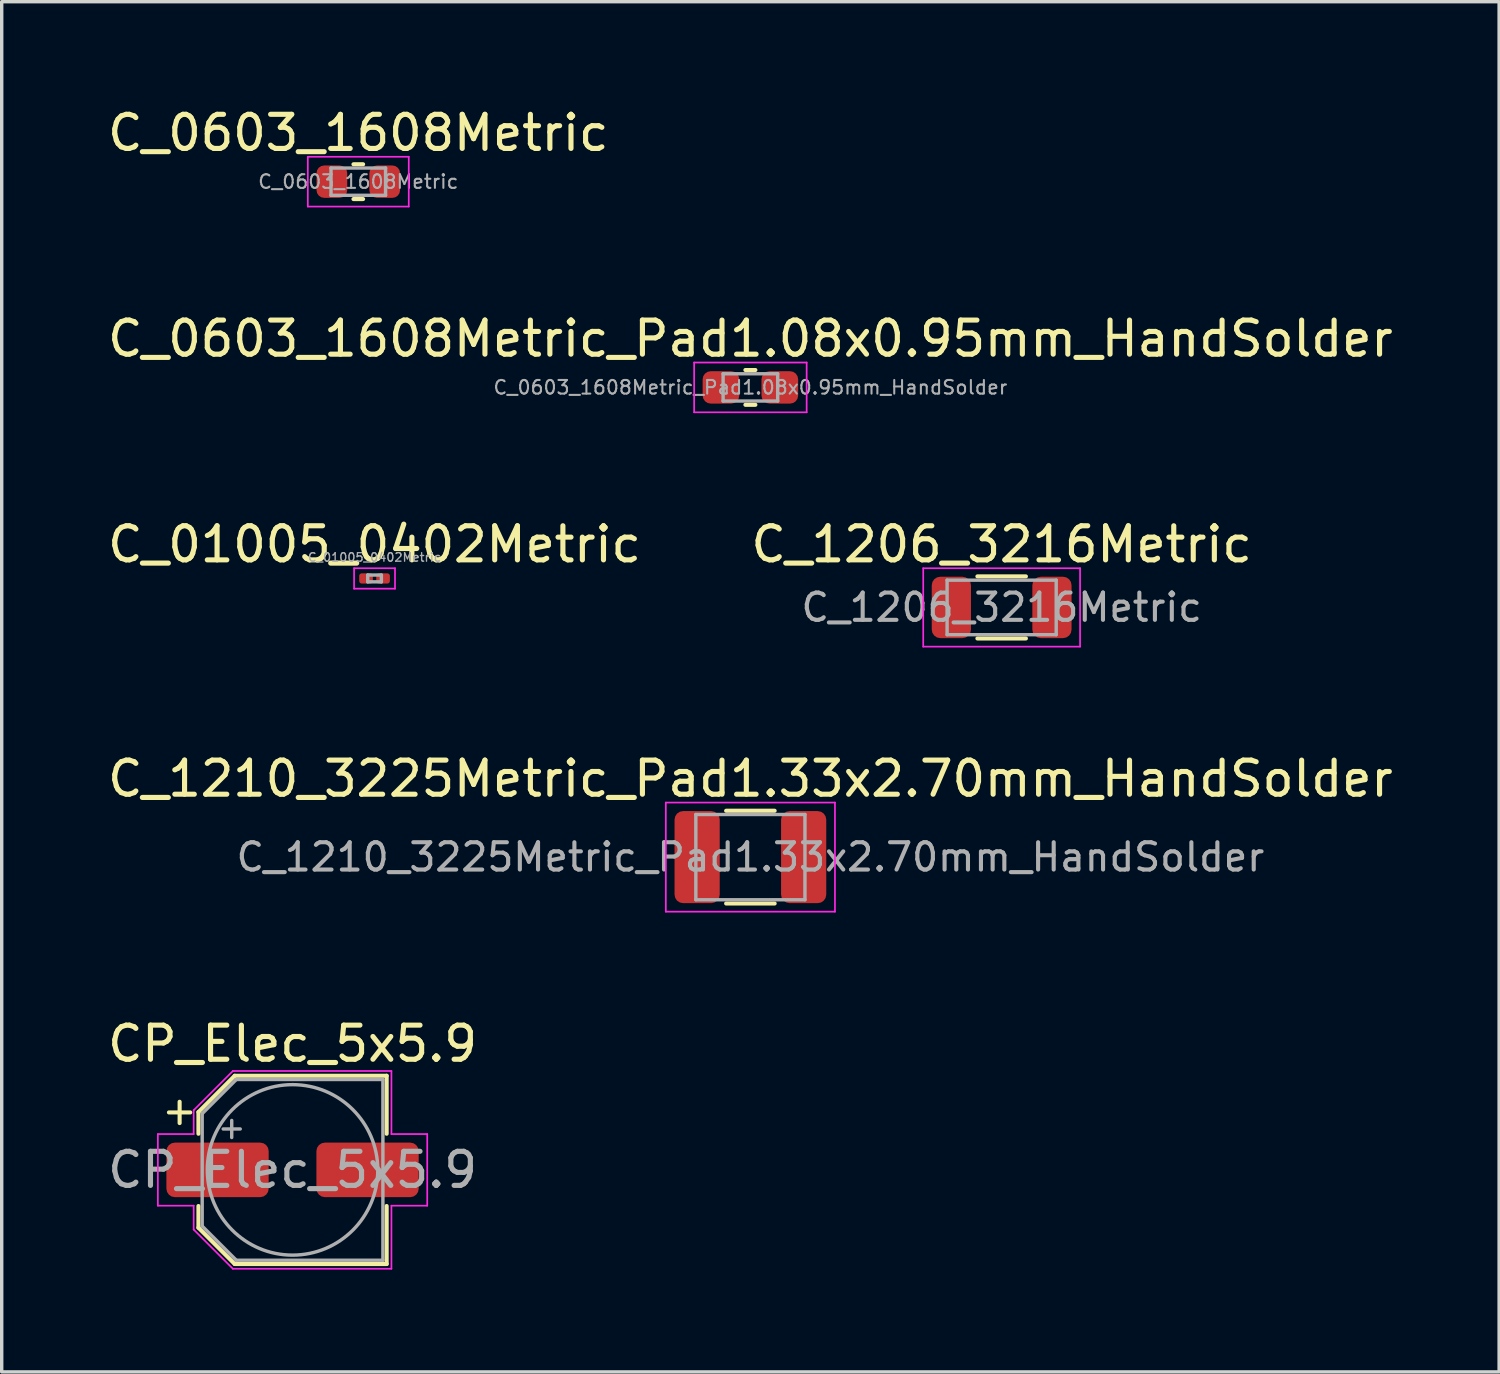
<source format=kicad_pcb>
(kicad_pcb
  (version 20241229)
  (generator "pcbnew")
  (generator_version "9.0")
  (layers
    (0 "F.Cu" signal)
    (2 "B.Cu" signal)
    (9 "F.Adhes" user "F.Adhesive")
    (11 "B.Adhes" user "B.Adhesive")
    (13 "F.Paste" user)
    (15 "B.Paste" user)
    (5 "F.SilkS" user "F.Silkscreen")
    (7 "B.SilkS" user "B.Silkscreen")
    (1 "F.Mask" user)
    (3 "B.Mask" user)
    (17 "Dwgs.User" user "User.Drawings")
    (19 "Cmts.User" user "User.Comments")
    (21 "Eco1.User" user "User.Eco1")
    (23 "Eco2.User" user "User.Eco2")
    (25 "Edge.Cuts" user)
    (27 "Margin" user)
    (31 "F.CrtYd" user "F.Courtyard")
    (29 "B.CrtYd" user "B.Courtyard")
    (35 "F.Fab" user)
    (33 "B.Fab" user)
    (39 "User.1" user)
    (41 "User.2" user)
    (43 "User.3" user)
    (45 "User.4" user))
  (footprint "C_1206_3216Metric"
    (layer "F.Cu")
    (at 26.327 14.765)
    (property "Reference" "C_1206_3216Metric" (at 0 -1.85 0) (layer "F.SilkS") (effects (font (size 1 1) (thickness 0.15))))
    (attr smd)
    (fp_line (start -0.711 -0.91) (end 0.711 -0.91) (stroke (width 0.12) (type solid)) (layer "F.SilkS"))
    (fp_line (start -0.711 0.91) (end 0.711 0.91) (stroke (width 0.12) (type solid)) (layer "F.SilkS"))
    (fp_line (start -2.3 -1.15) (end 2.3 -1.15) (stroke (width 0.05) (type solid)) (layer "F.CrtYd"))
    (fp_line (start -2.3 1.15) (end -2.3 -1.15) (stroke (width 0.05) (type solid)) (layer "F.CrtYd"))
    (fp_line (start 2.3 -1.15) (end 2.3 1.15) (stroke (width 0.05) (type solid)) (layer "F.CrtYd"))
    (fp_line (start 2.3 1.15) (end -2.3 1.15) (stroke (width 0.05) (type solid)) (layer "F.CrtYd"))
    (fp_line (start -1.6 -0.8) (end 1.6 -0.8) (stroke (width 0.1) (type solid)) (layer "F.Fab"))
    (fp_line (start -1.6 0.8) (end -1.6 -0.8) (stroke (width 0.1) (type solid)) (layer "F.Fab"))
    (fp_line (start 1.6 -0.8) (end 1.6 0.8) (stroke (width 0.1) (type solid)) (layer "F.Fab"))
    (fp_line (start 1.6 0.8) (end -1.6 0.8) (stroke (width 0.1) (type solid)) (layer "F.Fab"))
    (fp_text user "${REFERENCE}" (at 0 0 0) (layer "F.Fab") (effects (font (size 0.8 0.8) (thickness 0.12))))
    (pad "1" smd roundrect (at -1.475 0) (size 1.15 1.8) (layers "F.Cu" "F.Mask" "F.Paste") (roundrect_rratio 0.217))
    (pad "2" smd roundrect (at 1.475 0) (size 1.15 1.8) (layers "F.Cu" "F.Mask" "F.Paste") (roundrect_rratio 0.217)))
  (footprint "C_01005_0402Metric"
    (layer "F.Cu")
    (at 7.935 13.915)
    (property "Reference" "C_01005_0402Metric" (at 0 -1 0) (layer "F.SilkS") (effects (font (size 1 1) (thickness 0.15))))
    (attr smd)
    (fp_line (start -0.6 -0.3) (end 0.6 -0.3) (stroke (width 0.05) (type solid)) (layer "F.CrtYd"))
    (fp_line (start -0.6 0.3) (end -0.6 -0.3) (stroke (width 0.05) (type solid)) (layer "F.CrtYd"))
    (fp_line (start 0.6 -0.3) (end 0.6 0.3) (stroke (width 0.05) (type solid)) (layer "F.CrtYd"))
    (fp_line (start 0.6 0.3) (end -0.6 0.3) (stroke (width 0.05) (type solid)) (layer "F.CrtYd"))
    (fp_line (start -0.2 -0.1) (end 0.2 -0.1) (stroke (width 0.1) (type solid)) (layer "F.Fab"))
    (fp_line (start -0.2 0.1) (end -0.2 -0.1) (stroke (width 0.1) (type solid)) (layer "F.Fab"))
    (fp_line (start 0.2 -0.1) (end 0.2 0.1) (stroke (width 0.1) (type solid)) (layer "F.Fab"))
    (fp_line (start 0.2 0.1) (end -0.2 0.1) (stroke (width 0.1) (type solid)) (layer "F.Fab"))
    (fp_text user "${REFERENCE}" (at 0 -0.62 0) (layer "F.Fab") (effects (font (size 0.25 0.25) (thickness 0.04))))
    (pad "" smd roundrect (at -0.275 0) (size 0.27 0.27) (layers "F.Paste") (roundrect_rratio 0.25))
    (pad "" smd roundrect (at 0.275 0) (size 0.27 0.27) (layers "F.Paste") (roundrect_rratio 0.25))
    (pad "1" smd roundrect (at -0.25 0) (size 0.4 0.3) (layers "F.Cu" "F.Mask") (roundrect_rratio 0.25))
    (pad "2" smd roundrect (at 0.25 0) (size 0.4 0.3) (layers "F.Cu" "F.Mask") (roundrect_rratio 0.25)))
  (footprint "C_0603_1608Metric_Pad1.08x0.95mm_HandSolder"
    (layer "F.Cu")
    (at 18.958 8.312)
    (property "Reference" "C_0603_1608Metric_Pad1.08x0.95mm_HandSolder" (at 0 -1.43 0) (layer "F.SilkS") (effects (font (size 1 1) (thickness 0.15))))
    (attr smd)
    (fp_line (start -0.146 -0.51) (end 0.146 -0.51) (stroke (width 0.12) (type solid)) (layer "F.SilkS"))
    (fp_line (start -0.146 0.51) (end 0.146 0.51) (stroke (width 0.12) (type solid)) (layer "F.SilkS"))
    (fp_line (start -1.65 -0.73) (end 1.65 -0.73) (stroke (width 0.05) (type solid)) (layer "F.CrtYd"))
    (fp_line (start -1.65 0.73) (end -1.65 -0.73) (stroke (width 0.05) (type solid)) (layer "F.CrtYd"))
    (fp_line (start 1.65 -0.73) (end 1.65 0.73) (stroke (width 0.05) (type solid)) (layer "F.CrtYd"))
    (fp_line (start 1.65 0.73) (end -1.65 0.73) (stroke (width 0.05) (type solid)) (layer "F.CrtYd"))
    (fp_line (start -0.8 -0.4) (end 0.8 -0.4) (stroke (width 0.1) (type solid)) (layer "F.Fab"))
    (fp_line (start -0.8 0.4) (end -0.8 -0.4) (stroke (width 0.1) (type solid)) (layer "F.Fab"))
    (fp_line (start 0.8 -0.4) (end 0.8 0.4) (stroke (width 0.1) (type solid)) (layer "F.Fab"))
    (fp_line (start 0.8 0.4) (end -0.8 0.4) (stroke (width 0.1) (type solid)) (layer "F.Fab"))
    (fp_text user "${REFERENCE}" (at 0 0 0) (layer "F.Fab") (effects (font (size 0.4 0.4) (thickness 0.06))))
    (pad "1" smd roundrect (at -0.863 0) (size 1.075 0.95) (layers "F.Cu" "F.Mask" "F.Paste") (roundrect_rratio 0.25))
    (pad "2" smd roundrect (at 0.863 0) (size 1.075 0.95) (layers "F.Cu" "F.Mask" "F.Paste") (roundrect_rratio 0.25)))
  (footprint "CP_Elec_5x5.9"
    (layer "F.Cu")
    (at 5.53 31.261)
    (property "Reference" "CP_Elec_5x5.9" (at 0 -3.7 0) (layer "F.SilkS") (effects (font (size 1 1) (thickness 0.15))))
    (attr smd)
    (fp_line (start -3.625 -1.685) (end -3 -1.685) (stroke (width 0.12) (type solid)) (layer "F.SilkS"))
    (fp_line (start -3.312 -1.998) (end -3.312 -1.373) (stroke (width 0.12) (type solid)) (layer "F.SilkS"))
    (fp_line (start -2.76 -1.696) (end -2.76 -1.06) (stroke (width 0.12) (type solid)) (layer "F.SilkS"))
    (fp_line (start -2.76 -1.696) (end -1.696 -2.76) (stroke (width 0.12) (type solid)) (layer "F.SilkS"))
    (fp_line (start -2.76 1.696) (end -2.76 1.06) (stroke (width 0.12) (type solid)) (layer "F.SilkS"))
    (fp_line (start -2.76 1.696) (end -1.696 2.76) (stroke (width 0.12) (type solid)) (layer "F.SilkS"))
    (fp_line (start -1.696 -2.76) (end 2.76 -2.76) (stroke (width 0.12) (type solid)) (layer "F.SilkS"))
    (fp_line (start -1.696 2.76) (end 2.76 2.76) (stroke (width 0.12) (type solid)) (layer "F.SilkS"))
    (fp_line (start 2.76 -2.76) (end 2.76 -1.06) (stroke (width 0.12) (type solid)) (layer "F.SilkS"))
    (fp_line (start 2.76 2.76) (end 2.76 1.06) (stroke (width 0.12) (type solid)) (layer "F.SilkS"))
    (fp_line (start -3.95 -1.05) (end -3.95 1.05) (stroke (width 0.05) (type solid)) (layer "F.CrtYd"))
    (fp_line (start -3.95 1.05) (end -2.9 1.05) (stroke (width 0.05) (type solid)) (layer "F.CrtYd"))
    (fp_line (start -2.9 -1.75) (end -2.9 -1.05) (stroke (width 0.05) (type solid)) (layer "F.CrtYd"))
    (fp_line (start -2.9 -1.75) (end -1.75 -2.9) (stroke (width 0.05) (type solid)) (layer "F.CrtYd"))
    (fp_line (start -2.9 -1.05) (end -3.95 -1.05) (stroke (width 0.05) (type solid)) (layer "F.CrtYd"))
    (fp_line (start -2.9 1.05) (end -2.9 1.75) (stroke (width 0.05) (type solid)) (layer "F.CrtYd"))
    (fp_line (start -2.9 1.75) (end -1.75 2.9) (stroke (width 0.05) (type solid)) (layer "F.CrtYd"))
    (fp_line (start -1.75 -2.9) (end 2.9 -2.9) (stroke (width 0.05) (type solid)) (layer "F.CrtYd"))
    (fp_line (start -1.75 2.9) (end 2.9 2.9) (stroke (width 0.05) (type solid)) (layer "F.CrtYd"))
    (fp_line (start 2.9 -2.9) (end 2.9 -1.05) (stroke (width 0.05) (type solid)) (layer "F.CrtYd"))
    (fp_line (start 2.9 -1.05) (end 3.95 -1.05) (stroke (width 0.05) (type solid)) (layer "F.CrtYd"))
    (fp_line (start 2.9 1.05) (end 2.9 2.9) (stroke (width 0.05) (type solid)) (layer "F.CrtYd"))
    (fp_line (start 3.95 -1.05) (end 3.95 1.05) (stroke (width 0.05) (type solid)) (layer "F.CrtYd"))
    (fp_line (start 3.95 1.05) (end 2.9 1.05) (stroke (width 0.05) (type solid)) (layer "F.CrtYd"))
    (fp_line (start -2.65 -1.65) (end -2.65 1.65) (stroke (width 0.1) (type solid)) (layer "F.Fab"))
    (fp_line (start -2.65 -1.65) (end -1.65 -2.65) (stroke (width 0.1) (type solid)) (layer "F.Fab"))
    (fp_line (start -2.65 1.65) (end -1.65 2.65) (stroke (width 0.1) (type solid)) (layer "F.Fab"))
    (fp_line (start -2.034 -1.2) (end -1.534 -1.2) (stroke (width 0.1) (type solid)) (layer "F.Fab"))
    (fp_line (start -1.784 -1.45) (end -1.784 -0.95) (stroke (width 0.1) (type solid)) (layer "F.Fab"))
    (fp_line (start -1.65 -2.65) (end 2.65 -2.65) (stroke (width 0.1) (type solid)) (layer "F.Fab"))
    (fp_line (start -1.65 2.65) (end 2.65 2.65) (stroke (width 0.1) (type solid)) (layer "F.Fab"))
    (fp_line (start 2.65 -2.65) (end 2.65 2.65) (stroke (width 0.1) (type solid)) (layer "F.Fab"))
    (fp_circle (center 0 0) (end 2.5 0) (stroke (width 0.1) (type solid)) (fill no) (layer "F.Fab"))
    (fp_text user "${REFERENCE}" (at 0 0 0) (layer "F.Fab") (effects (font (size 1 1) (thickness 0.15))))
    (pad "1" smd roundrect (at -2.2 0) (size 3 1.6) (layers "F.Cu" "F.Mask" "F.Paste") (roundrect_rratio 0.156))
    (pad "2" smd roundrect (at 2.2 0) (size 3 1.6) (layers "F.Cu" "F.Mask" "F.Paste") (roundrect_rratio 0.156)))
  (footprint "C_0603_1608Metric"
    (layer "F.Cu")
    (at 7.458 2.278)
    (property "Reference" "C_0603_1608Metric" (at 0 -1.43 0) (layer "F.SilkS") (effects (font (size 1 1) (thickness 0.15))))
    (attr smd)
    (fp_line (start -0.141 -0.51) (end 0.141 -0.51) (stroke (width 0.12) (type solid)) (layer "F.SilkS"))
    (fp_line (start -0.141 0.51) (end 0.141 0.51) (stroke (width 0.12) (type solid)) (layer "F.SilkS"))
    (fp_line (start -1.48 -0.73) (end 1.48 -0.73) (stroke (width 0.05) (type solid)) (layer "F.CrtYd"))
    (fp_line (start -1.48 0.73) (end -1.48 -0.73) (stroke (width 0.05) (type solid)) (layer "F.CrtYd"))
    (fp_line (start 1.48 -0.73) (end 1.48 0.73) (stroke (width 0.05) (type solid)) (layer "F.CrtYd"))
    (fp_line (start 1.48 0.73) (end -1.48 0.73) (stroke (width 0.05) (type solid)) (layer "F.CrtYd"))
    (fp_line (start -0.8 -0.4) (end 0.8 -0.4) (stroke (width 0.1) (type solid)) (layer "F.Fab"))
    (fp_line (start -0.8 0.4) (end -0.8 -0.4) (stroke (width 0.1) (type solid)) (layer "F.Fab"))
    (fp_line (start 0.8 -0.4) (end 0.8 0.4) (stroke (width 0.1) (type solid)) (layer "F.Fab"))
    (fp_line (start 0.8 0.4) (end -0.8 0.4) (stroke (width 0.1) (type solid)) (layer "F.Fab"))
    (fp_text user "${REFERENCE}" (at 0 0 0) (layer "F.Fab") (effects (font (size 0.4 0.4) (thickness 0.06))))
    (pad "1" smd roundrect (at -0.775 0) (size 0.9 0.95) (layers "F.Cu" "F.Mask" "F.Paste") (roundrect_rratio 0.25))
    (pad "2" smd roundrect (at 0.775 0) (size 0.9 0.95) (layers "F.Cu" "F.Mask" "F.Paste") (roundrect_rratio 0.25)))
  (footprint "C_1210_3225Metric_Pad1.33x2.70mm_HandSolder"
    (layer "F.Cu")
    (at 18.958 22.088)
    (property "Reference" "C_1210_3225Metric_Pad1.33x2.70mm_HandSolder" (at 0 -2.3 0) (layer "F.SilkS") (effects (font (size 1 1) (thickness 0.15))))
    (attr smd)
    (fp_line (start -0.711 -1.36) (end 0.711 -1.36) (stroke (width 0.12) (type solid)) (layer "F.SilkS"))
    (fp_line (start -0.711 1.36) (end 0.711 1.36) (stroke (width 0.12) (type solid)) (layer "F.SilkS"))
    (fp_line (start -2.48 -1.6) (end 2.48 -1.6) (stroke (width 0.05) (type solid)) (layer "F.CrtYd"))
    (fp_line (start -2.48 1.6) (end -2.48 -1.6) (stroke (width 0.05) (type solid)) (layer "F.CrtYd"))
    (fp_line (start 2.48 -1.6) (end 2.48 1.6) (stroke (width 0.05) (type solid)) (layer "F.CrtYd"))
    (fp_line (start 2.48 1.6) (end -2.48 1.6) (stroke (width 0.05) (type solid)) (layer "F.CrtYd"))
    (fp_line (start -1.6 -1.25) (end 1.6 -1.25) (stroke (width 0.1) (type solid)) (layer "F.Fab"))
    (fp_line (start -1.6 1.25) (end -1.6 -1.25) (stroke (width 0.1) (type solid)) (layer "F.Fab"))
    (fp_line (start 1.6 -1.25) (end 1.6 1.25) (stroke (width 0.1) (type solid)) (layer "F.Fab"))
    (fp_line (start 1.6 1.25) (end -1.6 1.25) (stroke (width 0.1) (type solid)) (layer "F.Fab"))
    (fp_text user "${REFERENCE}" (at 0 0 0) (layer "F.Fab") (effects (font (size 0.8 0.8) (thickness 0.12))))
    (pad "1" smd roundrect (at -1.562 0) (size 1.325 2.7) (layers "F.Cu" "F.Mask" "F.Paste") (roundrect_rratio 0.189))
    (pad "2" smd roundrect (at 1.562 0) (size 1.325 2.7) (layers "F.Cu" "F.Mask" "F.Paste") (roundrect_rratio 0.189)))
  (gr_rect
    (start -3 -3)
    (end 40.917 37.186)
    (stroke (width 0.1) (type default))
    (fill no)
    (layer "Edge.Cuts")))
</source>
